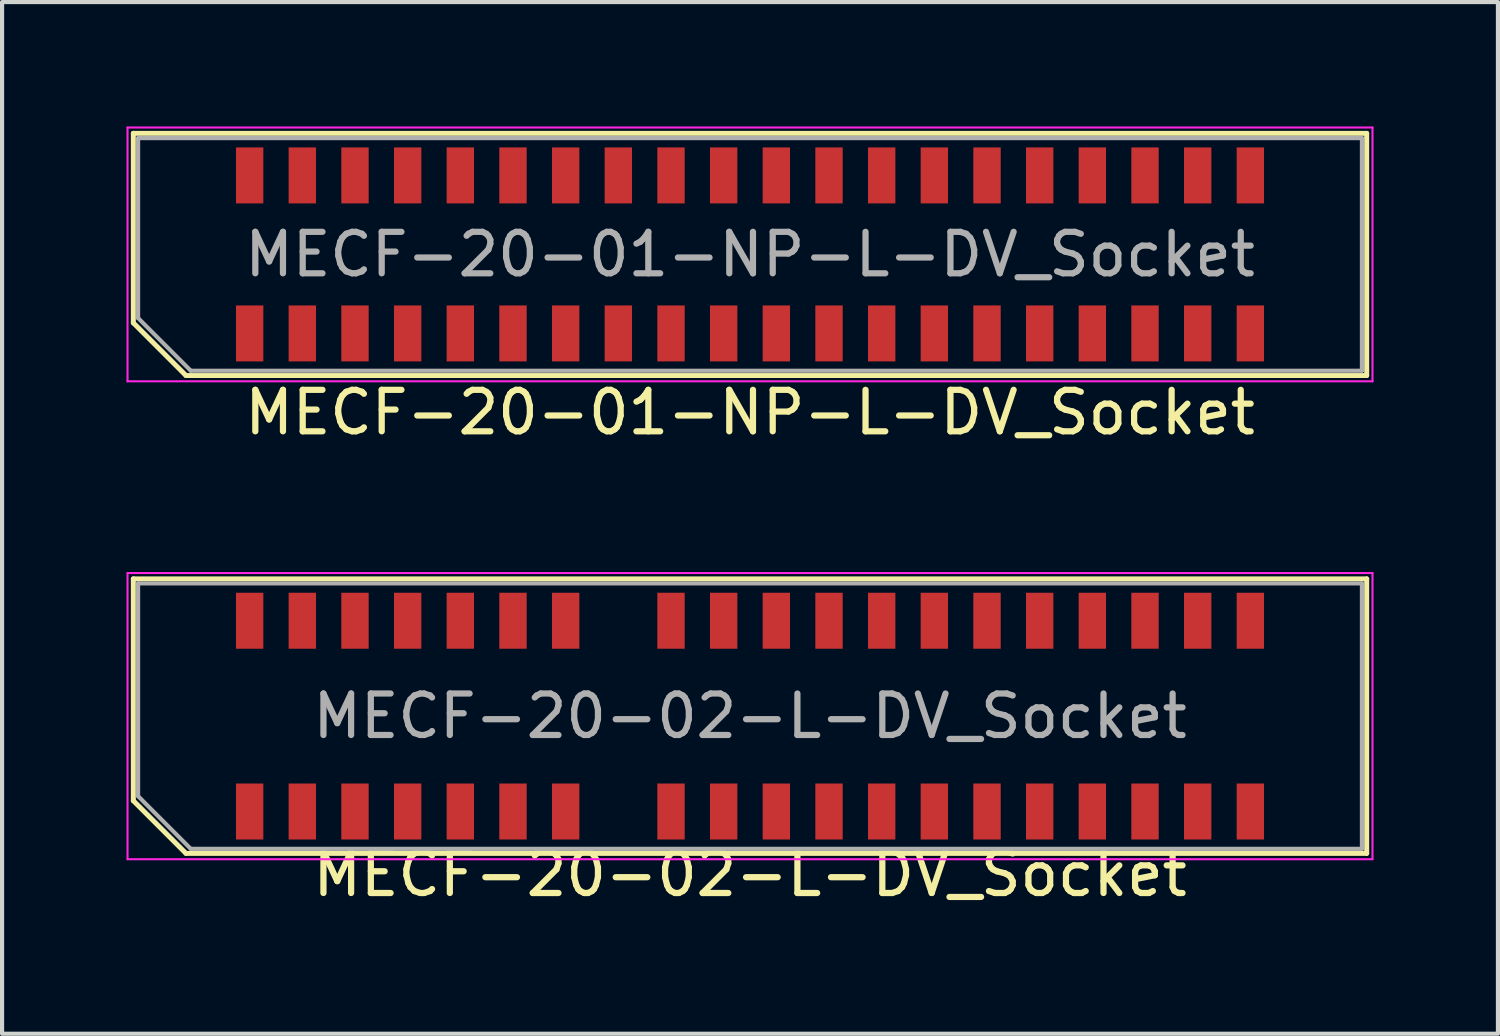
<source format=kicad_pcb>
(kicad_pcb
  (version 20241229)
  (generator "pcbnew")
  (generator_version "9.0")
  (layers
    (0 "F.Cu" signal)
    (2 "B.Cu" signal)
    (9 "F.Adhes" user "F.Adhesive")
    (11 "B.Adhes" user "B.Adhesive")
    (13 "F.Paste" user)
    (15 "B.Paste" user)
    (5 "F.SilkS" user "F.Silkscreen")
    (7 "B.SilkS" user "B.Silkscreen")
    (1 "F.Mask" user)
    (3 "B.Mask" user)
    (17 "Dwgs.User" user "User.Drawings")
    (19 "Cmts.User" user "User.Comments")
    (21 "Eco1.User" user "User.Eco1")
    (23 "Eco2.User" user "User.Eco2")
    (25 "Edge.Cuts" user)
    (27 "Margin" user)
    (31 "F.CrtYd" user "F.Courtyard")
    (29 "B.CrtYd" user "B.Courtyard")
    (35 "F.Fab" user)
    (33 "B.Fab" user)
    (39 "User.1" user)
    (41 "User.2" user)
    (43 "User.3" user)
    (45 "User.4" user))
  (footprint "MECF-20-01-NP-L-DV_Socket"
    (layer "F.Cu")
    (at 15.035 3.085)
    (property "Reference" "MECF-20-01-NP-L-DV_Socket" (at 0 3.81 0) (layer "F.SilkS") (effects (font (size 1 1) (thickness 0.15))))
    (attr smd)
    (fp_line (start -14.87 -2.92) (end 14.87 -2.92) (stroke (width 0.12) (type solid)) (layer "F.SilkS"))
    (fp_line (start -14.87 1.65) (end -14.87 -2.92) (stroke (width 0.12) (type solid)) (layer "F.SilkS"))
    (fp_line (start -13.6 2.92) (end -14.87 1.65) (stroke (width 0.12) (type solid)) (layer "F.SilkS"))
    (fp_line (start -13.6 2.92) (end 14.87 2.92) (stroke (width 0.12) (type solid)) (layer "F.SilkS"))
    (fp_line (start 14.87 2.92) (end 14.87 -2.92) (stroke (width 0.12) (type solid)) (layer "F.SilkS"))
    (fp_line (start -15.01 -3.06) (end -15.01 3.06) (stroke (width 0.05) (type solid)) (layer "F.CrtYd"))
    (fp_line (start -15.01 3.06) (end 15.01 3.06) (stroke (width 0.05) (type solid)) (layer "F.CrtYd"))
    (fp_line (start 15.01 -3.06) (end -15.01 -3.06) (stroke (width 0.05) (type solid)) (layer "F.CrtYd"))
    (fp_line (start 15.01 3.06) (end 15.01 -3.06) (stroke (width 0.05) (type solid)) (layer "F.CrtYd"))
    (fp_line (start -14.755 -2.805) (end 14.755 -2.805) (stroke (width 0.1) (type solid)) (layer "F.Fab"))
    (fp_line (start -14.755 1.535) (end -14.755 -2.805) (stroke (width 0.1) (type solid)) (layer "F.Fab"))
    (fp_line (start -14.755 1.535) (end -13.485 2.805) (stroke (width 0.1) (type solid)) (layer "F.Fab"))
    (fp_line (start -13.485 2.805) (end 14.755 2.805) (stroke (width 0.1) (type solid)) (layer "F.Fab"))
    (fp_line (start 14.755 2.805) (end 14.755 -2.805) (stroke (width 0.1) (type solid)) (layer "F.Fab"))
    (fp_text user "${REFERENCE}" (at 0 0 0) (layer "F.Fab") (effects (font (size 1 1) (thickness 0.15))))
    (pad "" np_thru_hole circle (at -13.845 0) (size 0.001 0.001) (drill 1.45) (layers "*.Cu" "*.Mask"))
    (pad "" np_thru_hole circle (at 13.845 1) (size 0.001 0.001) (drill 1.45) (layers "*.Cu" "*.Mask"))
    (pad "1" smd rect (at -12.065 1.905) (size 0.66 1.35) (layers "F.Cu" "F.Mask" "F.Paste"))
    (pad "2" smd rect (at -12.065 -1.905) (size 0.66 1.35) (layers "F.Cu" "F.Mask" "F.Paste"))
    (pad "3" smd rect (at -10.795 1.905) (size 0.66 1.35) (layers "F.Cu" "F.Mask" "F.Paste"))
    (pad "4" smd rect (at -10.795 -1.905) (size 0.66 1.35) (layers "F.Cu" "F.Mask" "F.Paste"))
    (pad "5" smd rect (at -9.525 1.905) (size 0.66 1.35) (layers "F.Cu" "F.Mask" "F.Paste"))
    (pad "6" smd rect (at -9.525 -1.905) (size 0.66 1.35) (layers "F.Cu" "F.Mask" "F.Paste"))
    (pad "7" smd rect (at -8.255 1.905) (size 0.66 1.35) (layers "F.Cu" "F.Mask" "F.Paste"))
    (pad "8" smd rect (at -8.255 -1.905) (size 0.66 1.35) (layers "F.Cu" "F.Mask" "F.Paste"))
    (pad "9" smd rect (at -6.985 1.905) (size 0.66 1.35) (layers "F.Cu" "F.Mask" "F.Paste"))
    (pad "10" smd rect (at -6.985 -1.905) (size 0.66 1.35) (layers "F.Cu" "F.Mask" "F.Paste"))
    (pad "11" smd rect (at -5.715 1.905) (size 0.66 1.35) (layers "F.Cu" "F.Mask" "F.Paste"))
    (pad "12" smd rect (at -5.715 -1.905) (size 0.66 1.35) (layers "F.Cu" "F.Mask" "F.Paste"))
    (pad "13" smd rect (at -4.445 1.905) (size 0.66 1.35) (layers "F.Cu" "F.Mask" "F.Paste"))
    (pad "14" smd rect (at -4.445 -1.905) (size 0.66 1.35) (layers "F.Cu" "F.Mask" "F.Paste"))
    (pad "15" smd rect (at -3.175 1.905) (size 0.66 1.35) (layers "F.Cu" "F.Mask" "F.Paste"))
    (pad "16" smd rect (at -3.175 -1.905) (size 0.66 1.35) (layers "F.Cu" "F.Mask" "F.Paste"))
    (pad "17" smd rect (at -1.905 1.905) (size 0.66 1.35) (layers "F.Cu" "F.Mask" "F.Paste"))
    (pad "18" smd rect (at -1.905 -1.905) (size 0.66 1.35) (layers "F.Cu" "F.Mask" "F.Paste"))
    (pad "19" smd rect (at -0.635 1.905) (size 0.66 1.35) (layers "F.Cu" "F.Mask" "F.Paste"))
    (pad "20" smd rect (at -0.635 -1.905) (size 0.66 1.35) (layers "F.Cu" "F.Mask" "F.Paste"))
    (pad "21" smd rect (at 0.635 1.905) (size 0.66 1.35) (layers "F.Cu" "F.Mask" "F.Paste"))
    (pad "22" smd rect (at 0.635 -1.905) (size 0.66 1.35) (layers "F.Cu" "F.Mask" "F.Paste"))
    (pad "23" smd rect (at 1.905 1.905) (size 0.66 1.35) (layers "F.Cu" "F.Mask" "F.Paste"))
    (pad "24" smd rect (at 1.905 -1.905) (size 0.66 1.35) (layers "F.Cu" "F.Mask" "F.Paste"))
    (pad "25" smd rect (at 3.175 1.905) (size 0.66 1.35) (layers "F.Cu" "F.Mask" "F.Paste"))
    (pad "26" smd rect (at 3.175 -1.905) (size 0.66 1.35) (layers "F.Cu" "F.Mask" "F.Paste"))
    (pad "27" smd rect (at 4.445 1.905) (size 0.66 1.35) (layers "F.Cu" "F.Mask" "F.Paste"))
    (pad "28" smd rect (at 4.445 -1.905) (size 0.66 1.35) (layers "F.Cu" "F.Mask" "F.Paste"))
    (pad "29" smd rect (at 5.715 1.905) (size 0.66 1.35) (layers "F.Cu" "F.Mask" "F.Paste"))
    (pad "30" smd rect (at 5.715 -1.905) (size 0.66 1.35) (layers "F.Cu" "F.Mask" "F.Paste"))
    (pad "31" smd rect (at 6.985 1.905) (size 0.66 1.35) (layers "F.Cu" "F.Mask" "F.Paste"))
    (pad "32" smd rect (at 6.985 -1.905) (size 0.66 1.35) (layers "F.Cu" "F.Mask" "F.Paste"))
    (pad "33" smd rect (at 8.255 1.905) (size 0.66 1.35) (layers "F.Cu" "F.Mask" "F.Paste"))
    (pad "34" smd rect (at 8.255 -1.905) (size 0.66 1.35) (layers "F.Cu" "F.Mask" "F.Paste"))
    (pad "35" smd rect (at 9.525 1.905) (size 0.66 1.35) (layers "F.Cu" "F.Mask" "F.Paste"))
    (pad "36" smd rect (at 9.525 -1.905) (size 0.66 1.35) (layers "F.Cu" "F.Mask" "F.Paste"))
    (pad "37" smd rect (at 10.795 1.905) (size 0.66 1.35) (layers "F.Cu" "F.Mask" "F.Paste"))
    (pad "38" smd rect (at 10.795 -1.905) (size 0.66 1.35) (layers "F.Cu" "F.Mask" "F.Paste"))
    (pad "39" smd rect (at 12.065 1.905) (size 0.66 1.35) (layers "F.Cu" "F.Mask" "F.Paste"))
    (pad "40" smd rect (at 12.065 -1.905) (size 0.66 1.35) (layers "F.Cu" "F.Mask" "F.Paste")))
  (footprint "MECF-20-02-L-DV_Socket"
    (layer "F.Cu")
    (at 15.035 14.218)
    (property "Reference" "MECF-20-02-L-DV_Socket" (at 0 3.81 0) (layer "F.SilkS") (effects (font (size 1 1) (thickness 0.15))))
    (attr smd)
    (fp_line (start -14.87 -3.31) (end 14.87 -3.31) (stroke (width 0.12) (type solid)) (layer "F.SilkS"))
    (fp_line (start -14.87 2.04) (end -14.87 -3.31) (stroke (width 0.12) (type solid)) (layer "F.SilkS"))
    (fp_line (start -13.6 3.31) (end -14.87 2.04) (stroke (width 0.12) (type solid)) (layer "F.SilkS"))
    (fp_line (start -13.6 3.31) (end 14.87 3.31) (stroke (width 0.12) (type solid)) (layer "F.SilkS"))
    (fp_line (start 14.87 3.31) (end 14.87 -3.31) (stroke (width 0.12) (type solid)) (layer "F.SilkS"))
    (fp_line (start -15.01 -3.45) (end -15.01 3.45) (stroke (width 0.05) (type solid)) (layer "F.CrtYd"))
    (fp_line (start -15.01 3.45) (end 15.01 3.45) (stroke (width 0.05) (type solid)) (layer "F.CrtYd"))
    (fp_line (start 15.01 -3.45) (end -15.01 -3.45) (stroke (width 0.05) (type solid)) (layer "F.CrtYd"))
    (fp_line (start 15.01 3.45) (end 15.01 -3.45) (stroke (width 0.05) (type solid)) (layer "F.CrtYd"))
    (fp_line (start -14.755 -3.2) (end 14.755 -3.2) (stroke (width 0.1) (type solid)) (layer "F.Fab"))
    (fp_line (start -14.755 1.93) (end -14.755 -3.2) (stroke (width 0.1) (type solid)) (layer "F.Fab"))
    (fp_line (start -14.755 1.93) (end -13.485 3.2) (stroke (width 0.1) (type solid)) (layer "F.Fab"))
    (fp_line (start -13.485 3.2) (end 14.755 3.2) (stroke (width 0.1) (type solid)) (layer "F.Fab"))
    (fp_line (start 14.755 3.2) (end 14.755 -3.2) (stroke (width 0.1) (type solid)) (layer "F.Fab"))
    (fp_text user "${REFERENCE}" (at 0 0 0) (layer "F.Fab") (effects (font (size 1 1) (thickness 0.15))))
    (pad "" np_thru_hole circle (at -13.845 0) (size 0.001 0.001) (drill 1.45) (layers "*.Cu" "*.Mask"))
    (pad "" np_thru_hole circle (at 13.845 1) (size 0.001 0.001) (drill 1.45) (layers "*.Cu" "*.Mask"))
    (pad "1" smd rect (at -12.065 2.3) (size 0.66 1.35) (layers "F.Cu" "F.Mask" "F.Paste"))
    (pad "2" smd rect (at -12.065 -2.3) (size 0.66 1.35) (layers "F.Cu" "F.Mask" "F.Paste"))
    (pad "3" smd rect (at -10.795 2.3) (size 0.66 1.35) (layers "F.Cu" "F.Mask" "F.Paste"))
    (pad "4" smd rect (at -10.795 -2.3) (size 0.66 1.35) (layers "F.Cu" "F.Mask" "F.Paste"))
    (pad "5" smd rect (at -9.525 2.3) (size 0.66 1.35) (layers "F.Cu" "F.Mask" "F.Paste"))
    (pad "6" smd rect (at -9.525 -2.3) (size 0.66 1.35) (layers "F.Cu" "F.Mask" "F.Paste"))
    (pad "7" smd rect (at -8.255 2.3) (size 0.66 1.35) (layers "F.Cu" "F.Mask" "F.Paste"))
    (pad "8" smd rect (at -8.255 -2.3) (size 0.66 1.35) (layers "F.Cu" "F.Mask" "F.Paste"))
    (pad "9" smd rect (at -6.985 2.3) (size 0.66 1.35) (layers "F.Cu" "F.Mask" "F.Paste"))
    (pad "10" smd rect (at -6.985 -2.3) (size 0.66 1.35) (layers "F.Cu" "F.Mask" "F.Paste"))
    (pad "11" smd rect (at -5.715 2.3) (size 0.66 1.35) (layers "F.Cu" "F.Mask" "F.Paste"))
    (pad "12" smd rect (at -5.715 -2.3) (size 0.66 1.35) (layers "F.Cu" "F.Mask" "F.Paste"))
    (pad "13" smd rect (at -4.445 2.3) (size 0.66 1.35) (layers "F.Cu" "F.Mask" "F.Paste"))
    (pad "14" smd rect (at -4.445 -2.3) (size 0.66 1.35) (layers "F.Cu" "F.Mask" "F.Paste"))
    (pad "17" smd rect (at -1.905 2.3) (size 0.66 1.35) (layers "F.Cu" "F.Mask" "F.Paste"))
    (pad "18" smd rect (at -1.905 -2.3) (size 0.66 1.35) (layers "F.Cu" "F.Mask" "F.Paste"))
    (pad "19" smd rect (at -0.635 2.3) (size 0.66 1.35) (layers "F.Cu" "F.Mask" "F.Paste"))
    (pad "20" smd rect (at -0.635 -2.3) (size 0.66 1.35) (layers "F.Cu" "F.Mask" "F.Paste"))
    (pad "21" smd rect (at 0.635 2.3) (size 0.66 1.35) (layers "F.Cu" "F.Mask" "F.Paste"))
    (pad "22" smd rect (at 0.635 -2.3) (size 0.66 1.35) (layers "F.Cu" "F.Mask" "F.Paste"))
    (pad "23" smd rect (at 1.905 2.3) (size 0.66 1.35) (layers "F.Cu" "F.Mask" "F.Paste"))
    (pad "24" smd rect (at 1.905 -2.3) (size 0.66 1.35) (layers "F.Cu" "F.Mask" "F.Paste"))
    (pad "25" smd rect (at 3.175 2.3) (size 0.66 1.35) (layers "F.Cu" "F.Mask" "F.Paste"))
    (pad "26" smd rect (at 3.175 -2.3) (size 0.66 1.35) (layers "F.Cu" "F.Mask" "F.Paste"))
    (pad "27" smd rect (at 4.445 2.3) (size 0.66 1.35) (layers "F.Cu" "F.Mask" "F.Paste"))
    (pad "28" smd rect (at 4.445 -2.3) (size 0.66 1.35) (layers "F.Cu" "F.Mask" "F.Paste"))
    (pad "29" smd rect (at 5.715 2.3) (size 0.66 1.35) (layers "F.Cu" "F.Mask" "F.Paste"))
    (pad "30" smd rect (at 5.715 -2.3) (size 0.66 1.35) (layers "F.Cu" "F.Mask" "F.Paste"))
    (pad "31" smd rect (at 6.985 2.3) (size 0.66 1.35) (layers "F.Cu" "F.Mask" "F.Paste"))
    (pad "32" smd rect (at 6.985 -2.3) (size 0.66 1.35) (layers "F.Cu" "F.Mask" "F.Paste"))
    (pad "33" smd rect (at 8.255 2.3) (size 0.66 1.35) (layers "F.Cu" "F.Mask" "F.Paste"))
    (pad "34" smd rect (at 8.255 -2.3) (size 0.66 1.35) (layers "F.Cu" "F.Mask" "F.Paste"))
    (pad "35" smd rect (at 9.525 2.3) (size 0.66 1.35) (layers "F.Cu" "F.Mask" "F.Paste"))
    (pad "36" smd rect (at 9.525 -2.3) (size 0.66 1.35) (layers "F.Cu" "F.Mask" "F.Paste"))
    (pad "37" smd rect (at 10.795 2.3) (size 0.66 1.35) (layers "F.Cu" "F.Mask" "F.Paste"))
    (pad "38" smd rect (at 10.795 -2.3) (size 0.66 1.35) (layers "F.Cu" "F.Mask" "F.Paste"))
    (pad "39" smd rect (at 12.065 2.3) (size 0.66 1.35) (layers "F.Cu" "F.Mask" "F.Paste"))
    (pad "40" smd rect (at 12.065 -2.3) (size 0.66 1.35) (layers "F.Cu" "F.Mask" "F.Paste")))
  (gr_rect
    (start -3 -3)
    (end 33.07 21.877)
    (stroke (width 0.1) (type default))
    (fill no)
    (layer "Edge.Cuts")))
</source>
